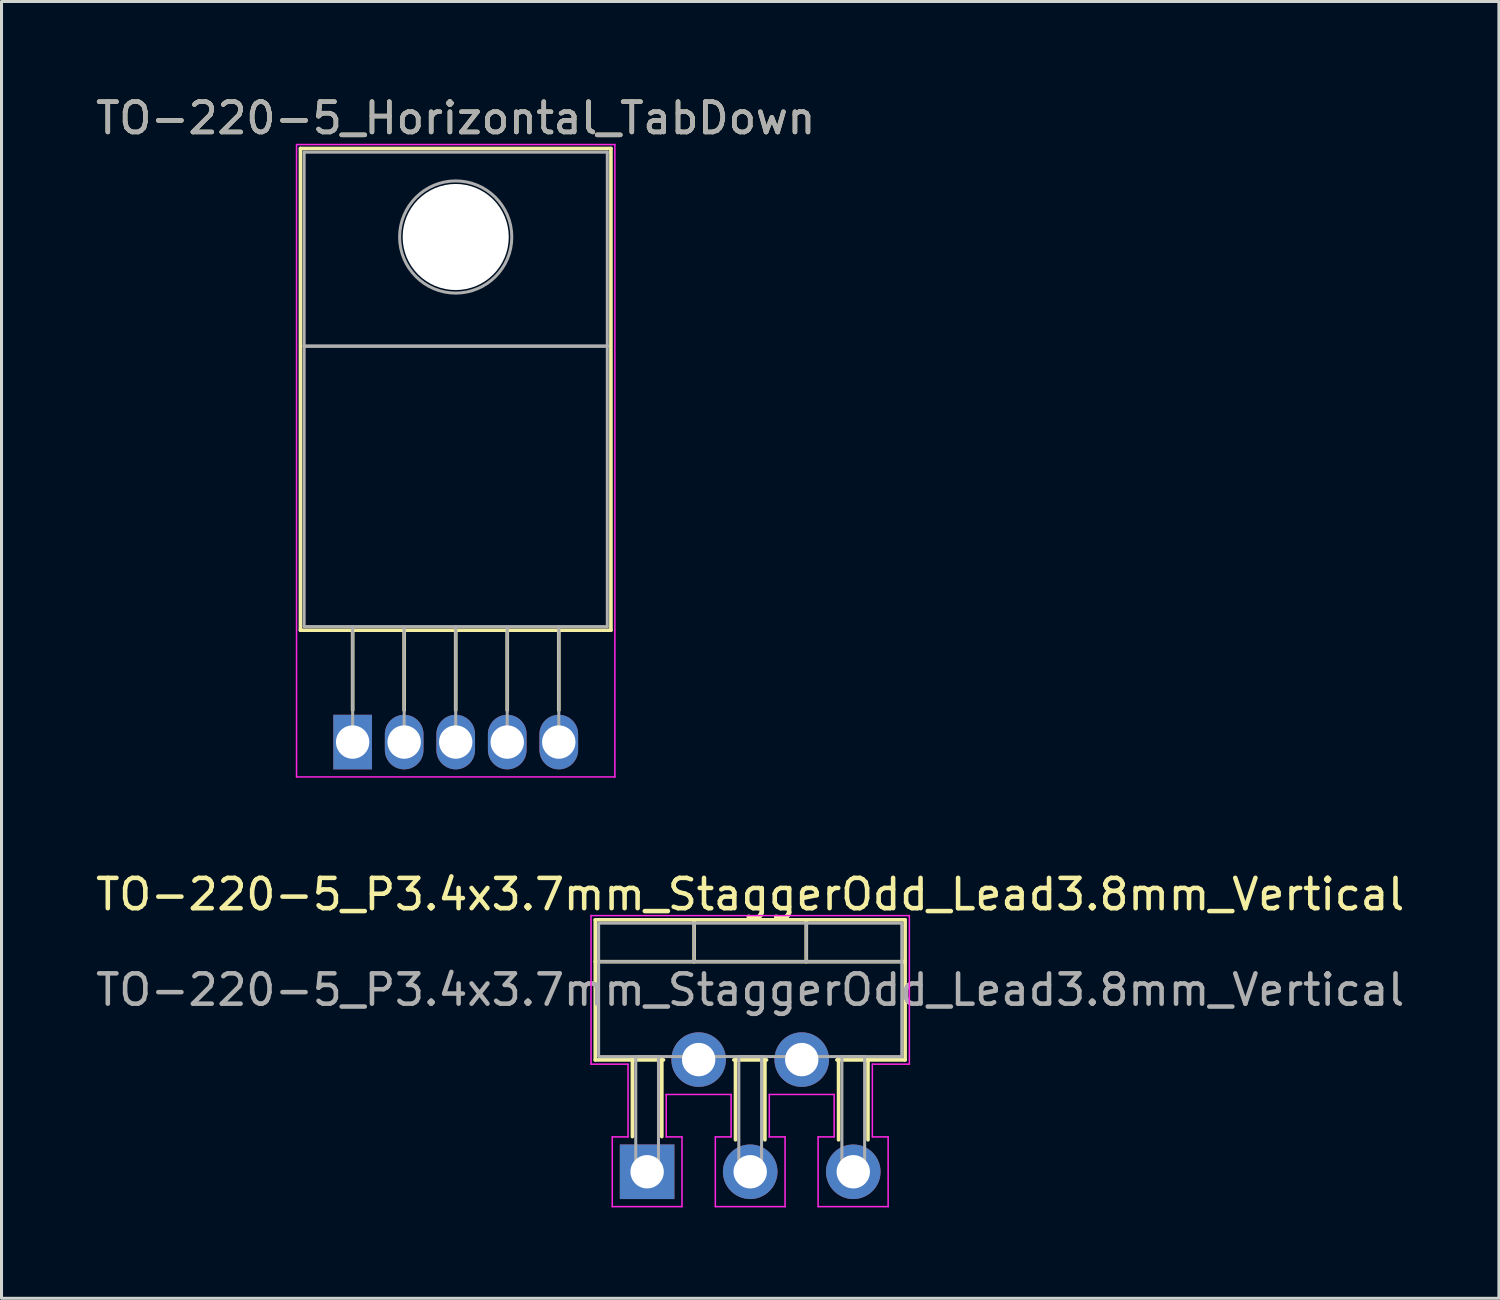
<source format=kicad_pcb>
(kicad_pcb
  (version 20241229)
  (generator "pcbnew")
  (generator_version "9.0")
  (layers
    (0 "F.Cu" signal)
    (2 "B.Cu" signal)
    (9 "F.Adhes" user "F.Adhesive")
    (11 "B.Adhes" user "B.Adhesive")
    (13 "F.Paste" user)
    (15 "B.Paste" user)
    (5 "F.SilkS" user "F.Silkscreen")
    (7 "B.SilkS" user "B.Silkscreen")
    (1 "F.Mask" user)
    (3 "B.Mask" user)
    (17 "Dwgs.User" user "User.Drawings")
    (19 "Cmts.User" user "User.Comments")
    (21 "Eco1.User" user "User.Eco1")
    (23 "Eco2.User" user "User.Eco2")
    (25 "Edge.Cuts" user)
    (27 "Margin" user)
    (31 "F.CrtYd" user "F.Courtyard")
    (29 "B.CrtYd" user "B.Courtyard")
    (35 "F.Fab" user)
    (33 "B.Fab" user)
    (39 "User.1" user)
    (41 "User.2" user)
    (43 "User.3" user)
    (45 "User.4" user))
  (footprint "TO-220-5_P3.4x3.7mm_StaggerOdd_Lead3.8mm_Vertical"
    (layer "F.Cu")
    (at 18.296 35.602)
    (property "Reference" "TO-220-5_P3.4x3.7mm_StaggerOdd_Lead3.8mm_Vertical" (at 3.4 -9.15 0) (layer "F.SilkS") (effects (font (size 1 1) (thickness 0.15))))
    (attr through_hole)
    (fp_line (start -1.71 -8.31) (end -1.71 -3.69) (stroke (width 0.12) (type solid)) (layer "F.SilkS"))
    (fp_line (start -1.71 -8.31) (end 8.51 -8.31) (stroke (width 0.12) (type solid)) (layer "F.SilkS"))
    (fp_line (start -1.71 -6.93) (end 8.51 -6.93) (stroke (width 0.12) (type solid)) (layer "F.SilkS"))
    (fp_line (start -1.71 -3.69) (end 0.54 -3.69) (stroke (width 0.12) (type solid)) (layer "F.SilkS"))
    (fp_line (start -0.485 -3.69) (end -0.485 -1.16) (stroke (width 0.12) (type solid)) (layer "F.SilkS"))
    (fp_line (start 0.485 -3.69) (end 0.485 -1.16) (stroke (width 0.12) (type solid)) (layer "F.SilkS"))
    (fp_line (start 1.55 -8.31) (end 1.55 -6.93) (stroke (width 0.12) (type solid)) (layer "F.SilkS"))
    (fp_line (start 2.86 -3.69) (end 3.94 -3.69) (stroke (width 0.12) (type solid)) (layer "F.SilkS"))
    (fp_line (start 2.915 -3.69) (end 2.915 -1.054) (stroke (width 0.12) (type solid)) (layer "F.SilkS"))
    (fp_line (start 3.885 -3.69) (end 3.885 -1.054) (stroke (width 0.12) (type solid)) (layer "F.SilkS"))
    (fp_line (start 5.25 -8.31) (end 5.25 -6.93) (stroke (width 0.12) (type solid)) (layer "F.SilkS"))
    (fp_line (start 6.26 -3.69) (end 8.51 -3.69) (stroke (width 0.12) (type solid)) (layer "F.SilkS"))
    (fp_line (start 6.315 -3.69) (end 6.315 -1.054) (stroke (width 0.12) (type solid)) (layer "F.SilkS"))
    (fp_line (start 7.285 -3.69) (end 7.285 -1.054) (stroke (width 0.12) (type solid)) (layer "F.SilkS"))
    (fp_line (start 8.51 -8.31) (end 8.51 -3.69) (stroke (width 0.12) (type solid)) (layer "F.SilkS"))
    (fp_line (start -1.85 -8.45) (end 8.65 -8.45) (stroke (width 0.05) (type solid)) (layer "F.CrtYd"))
    (fp_line (start -1.85 -3.55) (end -1.85 -8.45) (stroke (width 0.05) (type solid)) (layer "F.CrtYd"))
    (fp_line (start -1.15 -1.15) (end -0.63 -1.15) (stroke (width 0.05) (type solid)) (layer "F.CrtYd"))
    (fp_line (start -1.15 1.15) (end -1.15 -1.15) (stroke (width 0.05) (type solid)) (layer "F.CrtYd"))
    (fp_line (start -0.63 -3.55) (end -1.85 -3.55) (stroke (width 0.05) (type solid)) (layer "F.CrtYd"))
    (fp_line (start -0.63 -1.15) (end -0.63 -3.55) (stroke (width 0.05) (type solid)) (layer "F.CrtYd"))
    (fp_line (start 0.63 -2.55) (end 0.63 -1.15) (stroke (width 0.05) (type solid)) (layer "F.CrtYd"))
    (fp_line (start 0.63 -1.15) (end 1.15 -1.15) (stroke (width 0.05) (type solid)) (layer "F.CrtYd"))
    (fp_line (start 1.15 -1.15) (end 1.15 1.15) (stroke (width 0.05) (type solid)) (layer "F.CrtYd"))
    (fp_line (start 1.15 1.15) (end -1.15 1.15) (stroke (width 0.05) (type solid)) (layer "F.CrtYd"))
    (fp_line (start 2.25 -1.15) (end 2.77 -1.15) (stroke (width 0.05) (type solid)) (layer "F.CrtYd"))
    (fp_line (start 2.25 1.15) (end 2.25 -1.15) (stroke (width 0.05) (type solid)) (layer "F.CrtYd"))
    (fp_line (start 2.77 -2.55) (end 0.63 -2.55) (stroke (width 0.05) (type solid)) (layer "F.CrtYd"))
    (fp_line (start 2.77 -1.15) (end 2.77 -2.55) (stroke (width 0.05) (type solid)) (layer "F.CrtYd"))
    (fp_line (start 4.03 -2.55) (end 4.03 -1.15) (stroke (width 0.05) (type solid)) (layer "F.CrtYd"))
    (fp_line (start 4.03 -1.15) (end 4.55 -1.15) (stroke (width 0.05) (type solid)) (layer "F.CrtYd"))
    (fp_line (start 4.55 -1.15) (end 4.55 1.15) (stroke (width 0.05) (type solid)) (layer "F.CrtYd"))
    (fp_line (start 4.55 1.15) (end 2.25 1.15) (stroke (width 0.05) (type solid)) (layer "F.CrtYd"))
    (fp_line (start 5.64 -1.15) (end 6.17 -1.15) (stroke (width 0.05) (type solid)) (layer "F.CrtYd"))
    (fp_line (start 5.64 1.15) (end 5.64 -1.15) (stroke (width 0.05) (type solid)) (layer "F.CrtYd"))
    (fp_line (start 6.17 -2.55) (end 4.03 -2.55) (stroke (width 0.05) (type solid)) (layer "F.CrtYd"))
    (fp_line (start 6.17 -1.15) (end 6.17 -2.55) (stroke (width 0.05) (type solid)) (layer "F.CrtYd"))
    (fp_line (start 7.43 -3.55) (end 7.43 -1.15) (stroke (width 0.05) (type solid)) (layer "F.CrtYd"))
    (fp_line (start 7.43 -1.15) (end 7.95 -1.15) (stroke (width 0.05) (type solid)) (layer "F.CrtYd"))
    (fp_line (start 7.95 -1.15) (end 7.95 1.15) (stroke (width 0.05) (type solid)) (layer "F.CrtYd"))
    (fp_line (start 7.95 1.15) (end 5.64 1.15) (stroke (width 0.05) (type solid)) (layer "F.CrtYd"))
    (fp_line (start 8.65 -8.45) (end 8.65 -3.55) (stroke (width 0.05) (type solid)) (layer "F.CrtYd"))
    (fp_line (start 8.65 -3.55) (end 7.43 -3.55) (stroke (width 0.05) (type solid)) (layer "F.CrtYd"))
    (fp_line (start -1.6 -6.93) (end 8.4 -6.93) (stroke (width 0.1) (type solid)) (layer "F.Fab"))
    (fp_line (start 1.55 -8.2) (end 1.55 -6.93) (stroke (width 0.1) (type solid)) (layer "F.Fab"))
    (fp_line (start 5.25 -8.2) (end 5.25 -6.93) (stroke (width 0.1) (type solid)) (layer "F.Fab"))
    (fp_rect (start -1.6 -8.2) (end 8.4 -3.8) (stroke (width 0.1) (type solid)) (fill no) (layer "F.Fab"))
    (fp_rect (start -0.375 -3.8) (end 0.375 0) (stroke (width 0.1) (type solid)) (fill no) (layer "F.Fab"))
    (fp_rect (start 1.325 -3.8) (end 2.075 -3.7) (stroke (width 0.1) (type solid)) (fill no) (layer "F.Fab"))
    (fp_rect (start 3.025 -3.8) (end 3.775 0) (stroke (width 0.1) (type solid)) (fill no) (layer "F.Fab"))
    (fp_rect (start 4.725 -3.8) (end 5.475 -3.7) (stroke (width 0.1) (type solid)) (fill no) (layer "F.Fab"))
    (fp_rect (start 6.425 -3.8) (end 7.175 0) (stroke (width 0.1) (type solid)) (fill no) (layer "F.Fab"))
    (fp_text user "${REFERENCE}" (at 3.4 -6 0) (layer "F.Fab") (effects (font (size 1 1) (thickness 0.15))))
    (pad "1" thru_hole rect (at 0 0) (size 1.8 1.8) (drill 1.1) (layers "*.Cu" "*.Mask"))
    (pad "2" thru_hole circle (at 1.7 -3.7) (size 1.8 1.8) (drill 1.1) (layers "*.Cu" "*.Mask"))
    (pad "3" thru_hole circle (at 3.4 0) (size 1.8 1.8) (drill 1.1) (layers "*.Cu" "*.Mask"))
    (pad "4" thru_hole circle (at 5.1 -3.7) (size 1.8 1.8) (drill 1.1) (layers "*.Cu" "*.Mask"))
    (pad "5" thru_hole circle (at 6.8 0) (size 1.8 1.8) (drill 1.1) (layers "*.Cu" "*.Mask")))
  (footprint "TO-220-5_Horizontal_TabDown"
    (layer "F.Cu")
    (at 8.582 21.428)
    (property "Reference" "TO-220-5_Horizontal_TabDown" (at 3.4 -20.58 0) (layer "F.SilkS") (effects (font (size 1 1) (thickness 0.15))))
    (attr through_hole)
    (fp_line (start -1.721 -19.58) (end -1.721 -3.69) (stroke (width 0.12) (type solid)) (layer "F.SilkS"))
    (fp_line (start -1.721 -19.58) (end 8.52 -19.58) (stroke (width 0.12) (type solid)) (layer "F.SilkS"))
    (fp_line (start -1.721 -3.69) (end 8.52 -3.69) (stroke (width 0.12) (type solid)) (layer "F.SilkS"))
    (fp_line (start 0 -3.69) (end 0 -1.05) (stroke (width 0.12) (type solid)) (layer "F.SilkS"))
    (fp_line (start 1.7 -3.69) (end 1.7 -1.05) (stroke (width 0.12) (type solid)) (layer "F.SilkS"))
    (fp_line (start 3.4 -3.69) (end 3.4 -1.05) (stroke (width 0.12) (type solid)) (layer "F.SilkS"))
    (fp_line (start 5.1 -3.69) (end 5.1 -1.05) (stroke (width 0.12) (type solid)) (layer "F.SilkS"))
    (fp_line (start 6.8 -3.69) (end 6.8 -1.05) (stroke (width 0.12) (type solid)) (layer "F.SilkS"))
    (fp_line (start 8.52 -19.58) (end 8.52 -3.69) (stroke (width 0.12) (type solid)) (layer "F.SilkS"))
    (fp_line (start -1.85 -19.71) (end -1.85 1.15) (stroke (width 0.05) (type solid)) (layer "F.CrtYd"))
    (fp_line (start -1.85 1.15) (end 8.65 1.15) (stroke (width 0.05) (type solid)) (layer "F.CrtYd"))
    (fp_line (start 8.65 -19.71) (end -1.85 -19.71) (stroke (width 0.05) (type solid)) (layer "F.CrtYd"))
    (fp_line (start 8.65 1.15) (end 8.65 -19.71) (stroke (width 0.05) (type solid)) (layer "F.CrtYd"))
    (fp_line (start -1.6 -19.46) (end 8.4 -19.46) (stroke (width 0.1) (type solid)) (layer "F.Fab"))
    (fp_line (start -1.6 -13.06) (end -1.6 -19.46) (stroke (width 0.1) (type solid)) (layer "F.Fab"))
    (fp_line (start -1.6 -13.06) (end 8.4 -13.06) (stroke (width 0.1) (type solid)) (layer "F.Fab"))
    (fp_line (start -1.6 -3.81) (end -1.6 -13.06) (stroke (width 0.1) (type solid)) (layer "F.Fab"))
    (fp_line (start 0 -3.81) (end 0 0) (stroke (width 0.1) (type solid)) (layer "F.Fab"))
    (fp_line (start 1.7 -3.81) (end 1.7 0) (stroke (width 0.1) (type solid)) (layer "F.Fab"))
    (fp_line (start 3.4 -3.81) (end 3.4 0) (stroke (width 0.1) (type solid)) (layer "F.Fab"))
    (fp_line (start 5.1 -3.81) (end 5.1 0) (stroke (width 0.1) (type solid)) (layer "F.Fab"))
    (fp_line (start 6.8 -3.81) (end 6.8 0) (stroke (width 0.1) (type solid)) (layer "F.Fab"))
    (fp_line (start 8.4 -19.46) (end 8.4 -13.06) (stroke (width 0.1) (type solid)) (layer "F.Fab"))
    (fp_line (start 8.4 -13.06) (end -1.6 -13.06) (stroke (width 0.1) (type solid)) (layer "F.Fab"))
    (fp_line (start 8.4 -13.06) (end 8.4 -3.81) (stroke (width 0.1) (type solid)) (layer "F.Fab"))
    (fp_line (start 8.4 -3.81) (end -1.6 -3.81) (stroke (width 0.1) (type solid)) (layer "F.Fab"))
    (fp_circle (center 3.4 -16.66) (end 5.25 -16.66) (stroke (width 0.1) (type solid)) (fill no) (layer "F.Fab"))
    (fp_text user "${REFERENCE}" (at 3.4 -20.58 0) (layer "F.Fab") (effects (font (size 1 1) (thickness 0.15))))
    (pad "" np_thru_hole circle (at 3.4 -16.66) (size 3.5 3.5) (drill 3.5) (layers "*.Cu" "*.Mask"))
    (pad "1" thru_hole rect (at 0 0) (size 1.275 1.8) (drill 1.1) (layers "*.Cu" "*.Mask"))
    (pad "2" thru_hole oval (at 1.7 0) (size 1.275 1.8) (drill 1.1) (layers "*.Cu" "*.Mask"))
    (pad "3" thru_hole oval (at 3.4 0) (size 1.275 1.8) (drill 1.1) (layers "*.Cu" "*.Mask"))
    (pad "4" thru_hole oval (at 5.1 0) (size 1.275 1.8) (drill 1.1) (layers "*.Cu" "*.Mask"))
    (pad "5" thru_hole oval (at 6.8 0) (size 1.275 1.8) (drill 1.1) (layers "*.Cu" "*.Mask")))
  (gr_rect
    (start -3 -3)
    (end 46.393 39.776)
    (stroke (width 0.1) (type default))
    (fill no)
    (layer "Edge.Cuts")))
</source>
